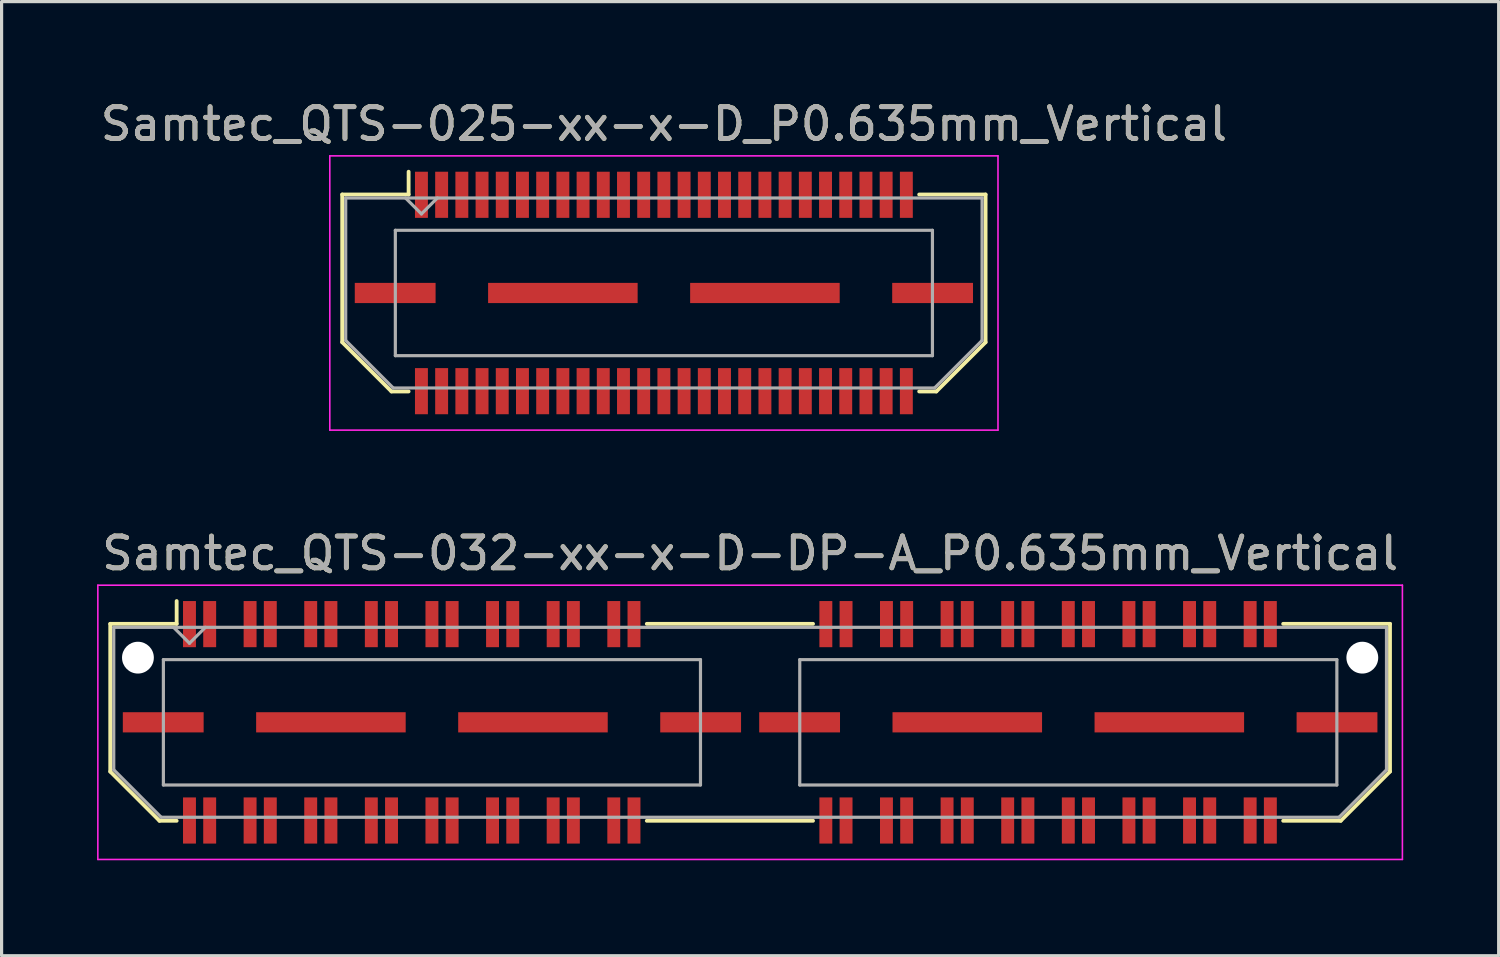
<source format=kicad_pcb>
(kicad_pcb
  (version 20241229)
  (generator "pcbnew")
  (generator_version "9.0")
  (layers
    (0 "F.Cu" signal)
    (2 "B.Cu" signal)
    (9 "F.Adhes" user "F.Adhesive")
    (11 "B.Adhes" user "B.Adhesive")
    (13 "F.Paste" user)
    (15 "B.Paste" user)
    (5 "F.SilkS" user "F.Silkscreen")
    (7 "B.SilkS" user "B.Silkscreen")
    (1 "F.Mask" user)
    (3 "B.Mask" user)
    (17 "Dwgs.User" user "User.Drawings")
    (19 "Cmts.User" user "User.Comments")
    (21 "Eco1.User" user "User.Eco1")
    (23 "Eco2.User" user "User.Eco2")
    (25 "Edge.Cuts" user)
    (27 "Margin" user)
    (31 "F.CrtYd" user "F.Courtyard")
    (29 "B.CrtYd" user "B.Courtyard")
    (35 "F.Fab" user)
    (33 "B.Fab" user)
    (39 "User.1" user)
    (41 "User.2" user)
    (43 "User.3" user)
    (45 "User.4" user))
  (footprint "Samtec_QTS-025-xx-x-D_P0.635mm_Vertical"
    (layer "F.Cu")
    (at 17.815 6.158)
    (property "Reference" "Samtec_QTS-025-xx-x-D_P0.635mm_Vertical" (at 0 -5.31 0) (layer "F.SilkS") (effects (font (size 1 1) (thickness 0.15))))
    (attr smd)
    (fp_line (start -10.11 -3.095) (end -10.11 1.548) (stroke (width 0.12) (type solid)) (layer "F.SilkS"))
    (fp_line (start -10.11 1.548) (end -8.562 3.095) (stroke (width 0.12) (type solid)) (layer "F.SilkS"))
    (fp_line (start -8.562 3.095) (end -8.023 3.095) (stroke (width 0.12) (type solid)) (layer "F.SilkS"))
    (fp_line (start -8.023 -3.811) (end -8.023 -3.095) (stroke (width 0.12) (type solid)) (layer "F.SilkS"))
    (fp_line (start -8.023 -3.095) (end -10.11 -3.095) (stroke (width 0.12) (type solid)) (layer "F.SilkS"))
    (fp_line (start 8.023 -3.095) (end 10.11 -3.095) (stroke (width 0.12) (type solid)) (layer "F.SilkS"))
    (fp_line (start 8.562 3.095) (end 8.023 3.095) (stroke (width 0.12) (type solid)) (layer "F.SilkS"))
    (fp_line (start 10.11 -3.095) (end 10.11 1.548) (stroke (width 0.12) (type solid)) (layer "F.SilkS"))
    (fp_line (start 10.11 1.548) (end 8.562 3.095) (stroke (width 0.12) (type solid)) (layer "F.SilkS"))
    (fp_line (start -10.5 -4.31) (end -10.5 4.31) (stroke (width 0.05) (type solid)) (layer "F.CrtYd"))
    (fp_line (start -10.5 4.31) (end 10.5 4.31) (stroke (width 0.05) (type solid)) (layer "F.CrtYd"))
    (fp_line (start 10.5 -4.31) (end -10.5 -4.31) (stroke (width 0.05) (type solid)) (layer "F.CrtYd"))
    (fp_line (start 10.5 4.31) (end 10.5 -4.31) (stroke (width 0.05) (type solid)) (layer "F.CrtYd"))
    (fp_line (start -10 -2.985) (end -10 1.492) (stroke (width 0.1) (type solid)) (layer "F.Fab"))
    (fp_line (start -10 -2.985) (end 10 -2.985) (stroke (width 0.1) (type solid)) (layer "F.Fab"))
    (fp_line (start -10 1.492) (end -8.508 2.985) (stroke (width 0.1) (type solid)) (layer "F.Fab"))
    (fp_line (start -8.508 2.985) (end 8.508 2.985) (stroke (width 0.1) (type solid)) (layer "F.Fab"))
    (fp_line (start -8.44 -1.97) (end -8.44 1.97) (stroke (width 0.1) (type solid)) (layer "F.Fab"))
    (fp_line (start -8.44 1.97) (end 8.44 1.97) (stroke (width 0.1) (type solid)) (layer "F.Fab"))
    (fp_line (start -7.62 -2.485) (end -8.12 -2.985) (stroke (width 0.1) (type solid)) (layer "F.Fab"))
    (fp_line (start -7.12 -2.985) (end -7.62 -2.485) (stroke (width 0.1) (type solid)) (layer "F.Fab"))
    (fp_line (start 8.44 -1.97) (end -8.44 -1.97) (stroke (width 0.1) (type solid)) (layer "F.Fab"))
    (fp_line (start 8.44 1.97) (end 8.44 -1.97) (stroke (width 0.1) (type solid)) (layer "F.Fab"))
    (fp_line (start 10 -2.985) (end 10 1.492) (stroke (width 0.1) (type solid)) (layer "F.Fab"))
    (fp_line (start 10 1.492) (end 8.508 2.985) (stroke (width 0.1) (type solid)) (layer "F.Fab"))
    (fp_text user "${REFERENCE}" (at 0 -5.31 0) (layer "F.Fab") (effects (font (size 1 1) (thickness 0.15))))
    (pad "1" smd rect (at -7.62 -3.086) (size 0.406 1.45) (layers "F.Cu" "F.Mask" "F.Paste"))
    (pad "2" smd rect (at -7.62 3.086) (size 0.406 1.45) (layers "F.Cu" "F.Mask" "F.Paste"))
    (pad "3" smd rect (at -6.985 -3.086) (size 0.406 1.45) (layers "F.Cu" "F.Mask" "F.Paste"))
    (pad "4" smd rect (at -6.985 3.086) (size 0.406 1.45) (layers "F.Cu" "F.Mask" "F.Paste"))
    (pad "5" smd rect (at -6.35 -3.086) (size 0.406 1.45) (layers "F.Cu" "F.Mask" "F.Paste"))
    (pad "6" smd rect (at -6.35 3.086) (size 0.406 1.45) (layers "F.Cu" "F.Mask" "F.Paste"))
    (pad "7" smd rect (at -5.715 -3.086) (size 0.406 1.45) (layers "F.Cu" "F.Mask" "F.Paste"))
    (pad "8" smd rect (at -5.715 3.086) (size 0.406 1.45) (layers "F.Cu" "F.Mask" "F.Paste"))
    (pad "9" smd rect (at -5.08 -3.086) (size 0.406 1.45) (layers "F.Cu" "F.Mask" "F.Paste"))
    (pad "10" smd rect (at -5.08 3.086) (size 0.406 1.45) (layers "F.Cu" "F.Mask" "F.Paste"))
    (pad "11" smd rect (at -4.445 -3.086) (size 0.406 1.45) (layers "F.Cu" "F.Mask" "F.Paste"))
    (pad "12" smd rect (at -4.445 3.086) (size 0.406 1.45) (layers "F.Cu" "F.Mask" "F.Paste"))
    (pad "13" smd rect (at -3.81 -3.086) (size 0.406 1.45) (layers "F.Cu" "F.Mask" "F.Paste"))
    (pad "14" smd rect (at -3.81 3.086) (size 0.406 1.45) (layers "F.Cu" "F.Mask" "F.Paste"))
    (pad "15" smd rect (at -3.175 -3.086) (size 0.406 1.45) (layers "F.Cu" "F.Mask" "F.Paste"))
    (pad "16" smd rect (at -3.175 3.086) (size 0.406 1.45) (layers "F.Cu" "F.Mask" "F.Paste"))
    (pad "17" smd rect (at -2.54 -3.086) (size 0.406 1.45) (layers "F.Cu" "F.Mask" "F.Paste"))
    (pad "18" smd rect (at -2.54 3.086) (size 0.406 1.45) (layers "F.Cu" "F.Mask" "F.Paste"))
    (pad "19" smd rect (at -1.905 -3.086) (size 0.406 1.45) (layers "F.Cu" "F.Mask" "F.Paste"))
    (pad "20" smd rect (at -1.905 3.086) (size 0.406 1.45) (layers "F.Cu" "F.Mask" "F.Paste"))
    (pad "21" smd rect (at -1.27 -3.086) (size 0.406 1.45) (layers "F.Cu" "F.Mask" "F.Paste"))
    (pad "22" smd rect (at -1.27 3.086) (size 0.406 1.45) (layers "F.Cu" "F.Mask" "F.Paste"))
    (pad "23" smd rect (at -0.635 -3.086) (size 0.406 1.45) (layers "F.Cu" "F.Mask" "F.Paste"))
    (pad "24" smd rect (at -0.635 3.086) (size 0.406 1.45) (layers "F.Cu" "F.Mask" "F.Paste"))
    (pad "25" smd rect (at 0 -3.086) (size 0.406 1.45) (layers "F.Cu" "F.Mask" "F.Paste"))
    (pad "26" smd rect (at 0 3.086) (size 0.406 1.45) (layers "F.Cu" "F.Mask" "F.Paste"))
    (pad "27" smd rect (at 0.635 -3.086) (size 0.406 1.45) (layers "F.Cu" "F.Mask" "F.Paste"))
    (pad "28" smd rect (at 0.635 3.086) (size 0.406 1.45) (layers "F.Cu" "F.Mask" "F.Paste"))
    (pad "29" smd rect (at 1.27 -3.086) (size 0.406 1.45) (layers "F.Cu" "F.Mask" "F.Paste"))
    (pad "30" smd rect (at 1.27 3.086) (size 0.406 1.45) (layers "F.Cu" "F.Mask" "F.Paste"))
    (pad "31" smd rect (at 1.905 -3.086) (size 0.406 1.45) (layers "F.Cu" "F.Mask" "F.Paste"))
    (pad "32" smd rect (at 1.905 3.086) (size 0.406 1.45) (layers "F.Cu" "F.Mask" "F.Paste"))
    (pad "33" smd rect (at 2.54 -3.086) (size 0.406 1.45) (layers "F.Cu" "F.Mask" "F.Paste"))
    (pad "34" smd rect (at 2.54 3.086) (size 0.406 1.45) (layers "F.Cu" "F.Mask" "F.Paste"))
    (pad "35" smd rect (at 3.175 -3.086) (size 0.406 1.45) (layers "F.Cu" "F.Mask" "F.Paste"))
    (pad "36" smd rect (at 3.175 3.086) (size 0.406 1.45) (layers "F.Cu" "F.Mask" "F.Paste"))
    (pad "37" smd rect (at 3.81 -3.086) (size 0.406 1.45) (layers "F.Cu" "F.Mask" "F.Paste"))
    (pad "38" smd rect (at 3.81 3.086) (size 0.406 1.45) (layers "F.Cu" "F.Mask" "F.Paste"))
    (pad "39" smd rect (at 4.445 -3.086) (size 0.406 1.45) (layers "F.Cu" "F.Mask" "F.Paste"))
    (pad "40" smd rect (at 4.445 3.086) (size 0.406 1.45) (layers "F.Cu" "F.Mask" "F.Paste"))
    (pad "41" smd rect (at 5.08 -3.086) (size 0.406 1.45) (layers "F.Cu" "F.Mask" "F.Paste"))
    (pad "42" smd rect (at 5.08 3.086) (size 0.406 1.45) (layers "F.Cu" "F.Mask" "F.Paste"))
    (pad "43" smd rect (at 5.715 -3.086) (size 0.406 1.45) (layers "F.Cu" "F.Mask" "F.Paste"))
    (pad "44" smd rect (at 5.715 3.086) (size 0.406 1.45) (layers "F.Cu" "F.Mask" "F.Paste"))
    (pad "45" smd rect (at 6.35 -3.086) (size 0.406 1.45) (layers "F.Cu" "F.Mask" "F.Paste"))
    (pad "46" smd rect (at 6.35 3.086) (size 0.406 1.45) (layers "F.Cu" "F.Mask" "F.Paste"))
    (pad "47" smd rect (at 6.985 -3.086) (size 0.406 1.45) (layers "F.Cu" "F.Mask" "F.Paste"))
    (pad "48" smd rect (at 6.985 3.086) (size 0.406 1.45) (layers "F.Cu" "F.Mask" "F.Paste"))
    (pad "49" smd rect (at 7.62 -3.086) (size 0.406 1.45) (layers "F.Cu" "F.Mask" "F.Paste"))
    (pad "50" smd rect (at 7.62 3.086) (size 0.406 1.45) (layers "F.Cu" "F.Mask" "F.Paste"))
    (pad "P1" smd rect (at -8.445 0) (size 2.54 0.635) (layers "F.Cu" "F.Mask" "F.Paste"))
    (pad "P1" smd rect (at -3.175 0) (size 4.7 0.635) (layers "F.Cu" "F.Mask" "F.Paste"))
    (pad "P1" smd rect (at 3.175 0) (size 4.7 0.635) (layers "F.Cu" "F.Mask" "F.Paste"))
    (pad "P1" smd rect (at 8.445 0) (size 2.54 0.635) (layers "F.Cu" "F.Mask" "F.Paste")))
  (footprint "Samtec_QTS-032-xx-x-D-DP-A_P0.635mm_Vertical"
    (layer "F.Cu")
    (at 20.525 19.651)
    (property "Reference" "Samtec_QTS-032-xx-x-D-DP-A_P0.635mm_Vertical" (at 0 -5.31 0) (layer "F.SilkS") (effects (font (size 1 1) (thickness 0.15))))
    (attr smd)
    (fp_line (start -20.11 -3.095) (end -20.11 1.548) (stroke (width 0.12) (type solid)) (layer "F.SilkS"))
    (fp_line (start -20.11 1.548) (end -18.562 3.095) (stroke (width 0.12) (type solid)) (layer "F.SilkS"))
    (fp_line (start -18.562 3.095) (end -18.023 3.095) (stroke (width 0.12) (type solid)) (layer "F.SilkS"))
    (fp_line (start -18.023 -3.811) (end -18.023 -3.095) (stroke (width 0.12) (type solid)) (layer "F.SilkS"))
    (fp_line (start -18.023 -3.095) (end -20.11 -3.095) (stroke (width 0.12) (type solid)) (layer "F.SilkS"))
    (fp_line (start -3.247 -3.095) (end 1.977 -3.095) (stroke (width 0.12) (type solid)) (layer "F.SilkS"))
    (fp_line (start -3.247 3.095) (end 1.977 3.095) (stroke (width 0.12) (type solid)) (layer "F.SilkS"))
    (fp_line (start 16.753 -3.095) (end 20.11 -3.095) (stroke (width 0.12) (type solid)) (layer "F.SilkS"))
    (fp_line (start 18.562 3.095) (end 16.753 3.095) (stroke (width 0.12) (type solid)) (layer "F.SilkS"))
    (fp_line (start 20.11 -3.095) (end 20.11 1.548) (stroke (width 0.12) (type solid)) (layer "F.SilkS"))
    (fp_line (start 20.11 1.548) (end 18.562 3.095) (stroke (width 0.12) (type solid)) (layer "F.SilkS"))
    (fp_line (start -20.5 -4.31) (end -20.5 4.31) (stroke (width 0.05) (type solid)) (layer "F.CrtYd"))
    (fp_line (start -20.5 4.31) (end 20.5 4.31) (stroke (width 0.05) (type solid)) (layer "F.CrtYd"))
    (fp_line (start 20.5 -4.31) (end -20.5 -4.31) (stroke (width 0.05) (type solid)) (layer "F.CrtYd"))
    (fp_line (start 20.5 4.31) (end 20.5 -4.31) (stroke (width 0.05) (type solid)) (layer "F.CrtYd"))
    (fp_line (start -20 -2.985) (end -20 1.492) (stroke (width 0.1) (type solid)) (layer "F.Fab"))
    (fp_line (start -20 -2.985) (end 20 -2.985) (stroke (width 0.1) (type solid)) (layer "F.Fab"))
    (fp_line (start -20 1.492) (end -18.508 2.985) (stroke (width 0.1) (type solid)) (layer "F.Fab"))
    (fp_line (start -18.508 2.985) (end 18.508 2.985) (stroke (width 0.1) (type solid)) (layer "F.Fab"))
    (fp_line (start -18.44 -1.97) (end -18.44 1.97) (stroke (width 0.1) (type solid)) (layer "F.Fab"))
    (fp_line (start -18.44 1.97) (end -1.56 1.97) (stroke (width 0.1) (type solid)) (layer "F.Fab"))
    (fp_line (start -17.62 -2.485) (end -18.12 -2.985) (stroke (width 0.1) (type solid)) (layer "F.Fab"))
    (fp_line (start -17.12 -2.985) (end -17.62 -2.485) (stroke (width 0.1) (type solid)) (layer "F.Fab"))
    (fp_line (start -1.56 -1.97) (end -18.44 -1.97) (stroke (width 0.1) (type solid)) (layer "F.Fab"))
    (fp_line (start -1.56 1.97) (end -1.56 -1.97) (stroke (width 0.1) (type solid)) (layer "F.Fab"))
    (fp_line (start 1.56 -1.97) (end 1.56 1.97) (stroke (width 0.1) (type solid)) (layer "F.Fab"))
    (fp_line (start 1.56 1.97) (end 18.44 1.97) (stroke (width 0.1) (type solid)) (layer "F.Fab"))
    (fp_line (start 18.44 -1.97) (end 1.56 -1.97) (stroke (width 0.1) (type solid)) (layer "F.Fab"))
    (fp_line (start 18.44 1.97) (end 18.44 -1.97) (stroke (width 0.1) (type solid)) (layer "F.Fab"))
    (fp_line (start 20 -2.985) (end 20 1.492) (stroke (width 0.1) (type solid)) (layer "F.Fab"))
    (fp_line (start 20 1.492) (end 18.508 2.985) (stroke (width 0.1) (type solid)) (layer "F.Fab"))
    (fp_text user "${REFERENCE}" (at 0 -5.31 0) (layer "F.Fab") (effects (font (size 1 1) (thickness 0.15))))
    (pad "" np_thru_hole circle (at -19.24 -2.032) (size 1 1) (drill 1) (layers "*.Cu" "*.Mask"))
    (pad "" np_thru_hole circle (at 19.24 -2.032) (size 1 1) (drill 1) (layers "*.Cu" "*.Mask"))
    (pad "1" smd rect (at -17.62 -3.086) (size 0.406 1.45) (layers "F.Cu" "F.Mask" "F.Paste"))
    (pad "2" smd rect (at -17.62 3.086) (size 0.406 1.45) (layers "F.Cu" "F.Mask" "F.Paste"))
    (pad "3" smd rect (at -16.985 -3.086) (size 0.406 1.45) (layers "F.Cu" "F.Mask" "F.Paste"))
    (pad "4" smd rect (at -16.985 3.086) (size 0.406 1.45) (layers "F.Cu" "F.Mask" "F.Paste"))
    (pad "5" smd rect (at -15.715 -3.086) (size 0.406 1.45) (layers "F.Cu" "F.Mask" "F.Paste"))
    (pad "6" smd rect (at -15.715 3.086) (size 0.406 1.45) (layers "F.Cu" "F.Mask" "F.Paste"))
    (pad "7" smd rect (at -15.08 -3.086) (size 0.406 1.45) (layers "F.Cu" "F.Mask" "F.Paste"))
    (pad "8" smd rect (at -15.08 3.086) (size 0.406 1.45) (layers "F.Cu" "F.Mask" "F.Paste"))
    (pad "9" smd rect (at -13.81 -3.086) (size 0.406 1.45) (layers "F.Cu" "F.Mask" "F.Paste"))
    (pad "10" smd rect (at -13.81 3.086) (size 0.406 1.45) (layers "F.Cu" "F.Mask" "F.Paste"))
    (pad "11" smd rect (at -13.175 -3.086) (size 0.406 1.45) (layers "F.Cu" "F.Mask" "F.Paste"))
    (pad "12" smd rect (at -13.175 3.086) (size 0.406 1.45) (layers "F.Cu" "F.Mask" "F.Paste"))
    (pad "13" smd rect (at -11.905 -3.086) (size 0.406 1.45) (layers "F.Cu" "F.Mask" "F.Paste"))
    (pad "14" smd rect (at -11.905 3.086) (size 0.406 1.45) (layers "F.Cu" "F.Mask" "F.Paste"))
    (pad "15" smd rect (at -11.27 -3.086) (size 0.406 1.45) (layers "F.Cu" "F.Mask" "F.Paste"))
    (pad "16" smd rect (at -11.27 3.086) (size 0.406 1.45) (layers "F.Cu" "F.Mask" "F.Paste"))
    (pad "17" smd rect (at -10 -3.086) (size 0.406 1.45) (layers "F.Cu" "F.Mask" "F.Paste"))
    (pad "18" smd rect (at -10 3.086) (size 0.406 1.45) (layers "F.Cu" "F.Mask" "F.Paste"))
    (pad "19" smd rect (at -9.365 -3.086) (size 0.406 1.45) (layers "F.Cu" "F.Mask" "F.Paste"))
    (pad "20" smd rect (at -9.365 3.086) (size 0.406 1.45) (layers "F.Cu" "F.Mask" "F.Paste"))
    (pad "21" smd rect (at -8.095 -3.086) (size 0.406 1.45) (layers "F.Cu" "F.Mask" "F.Paste"))
    (pad "22" smd rect (at -8.095 3.086) (size 0.406 1.45) (layers "F.Cu" "F.Mask" "F.Paste"))
    (pad "23" smd rect (at -7.46 -3.086) (size 0.406 1.45) (layers "F.Cu" "F.Mask" "F.Paste"))
    (pad "24" smd rect (at -7.46 3.086) (size 0.406 1.45) (layers "F.Cu" "F.Mask" "F.Paste"))
    (pad "25" smd rect (at -6.19 -3.086) (size 0.406 1.45) (layers "F.Cu" "F.Mask" "F.Paste"))
    (pad "26" smd rect (at -6.19 3.086) (size 0.406 1.45) (layers "F.Cu" "F.Mask" "F.Paste"))
    (pad "27" smd rect (at -5.555 -3.086) (size 0.406 1.45) (layers "F.Cu" "F.Mask" "F.Paste"))
    (pad "28" smd rect (at -5.555 3.086) (size 0.406 1.45) (layers "F.Cu" "F.Mask" "F.Paste"))
    (pad "29" smd rect (at -4.285 -3.086) (size 0.406 1.45) (layers "F.Cu" "F.Mask" "F.Paste"))
    (pad "30" smd rect (at -4.285 3.086) (size 0.406 1.45) (layers "F.Cu" "F.Mask" "F.Paste"))
    (pad "31" smd rect (at -3.65 -3.086) (size 0.406 1.45) (layers "F.Cu" "F.Mask" "F.Paste"))
    (pad "32" smd rect (at -3.65 3.086) (size 0.406 1.45) (layers "F.Cu" "F.Mask" "F.Paste"))
    (pad "33" smd rect (at 2.38 -3.086) (size 0.406 1.45) (layers "F.Cu" "F.Mask" "F.Paste"))
    (pad "34" smd rect (at 2.38 3.086) (size 0.406 1.45) (layers "F.Cu" "F.Mask" "F.Paste"))
    (pad "35" smd rect (at 3.015 -3.086) (size 0.406 1.45) (layers "F.Cu" "F.Mask" "F.Paste"))
    (pad "36" smd rect (at 3.015 3.086) (size 0.406 1.45) (layers "F.Cu" "F.Mask" "F.Paste"))
    (pad "37" smd rect (at 4.285 -3.086) (size 0.406 1.45) (layers "F.Cu" "F.Mask" "F.Paste"))
    (pad "38" smd rect (at 4.285 3.086) (size 0.406 1.45) (layers "F.Cu" "F.Mask" "F.Paste"))
    (pad "39" smd rect (at 4.92 -3.086) (size 0.406 1.45) (layers "F.Cu" "F.Mask" "F.Paste"))
    (pad "40" smd rect (at 4.92 3.086) (size 0.406 1.45) (layers "F.Cu" "F.Mask" "F.Paste"))
    (pad "41" smd rect (at 6.19 -3.086) (size 0.406 1.45) (layers "F.Cu" "F.Mask" "F.Paste"))
    (pad "42" smd rect (at 6.19 3.086) (size 0.406 1.45) (layers "F.Cu" "F.Mask" "F.Paste"))
    (pad "43" smd rect (at 6.825 -3.086) (size 0.406 1.45) (layers "F.Cu" "F.Mask" "F.Paste"))
    (pad "44" smd rect (at 6.825 3.086) (size 0.406 1.45) (layers "F.Cu" "F.Mask" "F.Paste"))
    (pad "45" smd rect (at 8.095 -3.086) (size 0.406 1.45) (layers "F.Cu" "F.Mask" "F.Paste"))
    (pad "46" smd rect (at 8.095 3.086) (size 0.406 1.45) (layers "F.Cu" "F.Mask" "F.Paste"))
    (pad "47" smd rect (at 8.73 -3.086) (size 0.406 1.45) (layers "F.Cu" "F.Mask" "F.Paste"))
    (pad "48" smd rect (at 8.73 3.086) (size 0.406 1.45) (layers "F.Cu" "F.Mask" "F.Paste"))
    (pad "49" smd rect (at 10 -3.086) (size 0.406 1.45) (layers "F.Cu" "F.Mask" "F.Paste"))
    (pad "50" smd rect (at 10 3.086) (size 0.406 1.45) (layers "F.Cu" "F.Mask" "F.Paste"))
    (pad "51" smd rect (at 10.635 -3.086) (size 0.406 1.45) (layers "F.Cu" "F.Mask" "F.Paste"))
    (pad "52" smd rect (at 10.635 3.086) (size 0.406 1.45) (layers "F.Cu" "F.Mask" "F.Paste"))
    (pad "53" smd rect (at 11.905 -3.086) (size 0.406 1.45) (layers "F.Cu" "F.Mask" "F.Paste"))
    (pad "54" smd rect (at 11.905 3.086) (size 0.406 1.45) (layers "F.Cu" "F.Mask" "F.Paste"))
    (pad "55" smd rect (at 12.54 -3.086) (size 0.406 1.45) (layers "F.Cu" "F.Mask" "F.Paste"))
    (pad "56" smd rect (at 12.54 3.086) (size 0.406 1.45) (layers "F.Cu" "F.Mask" "F.Paste"))
    (pad "57" smd rect (at 13.81 -3.086) (size 0.406 1.45) (layers "F.Cu" "F.Mask" "F.Paste"))
    (pad "58" smd rect (at 13.81 3.086) (size 0.406 1.45) (layers "F.Cu" "F.Mask" "F.Paste"))
    (pad "59" smd rect (at 14.445 -3.086) (size 0.406 1.45) (layers "F.Cu" "F.Mask" "F.Paste"))
    (pad "60" smd rect (at 14.445 3.086) (size 0.406 1.45) (layers "F.Cu" "F.Mask" "F.Paste"))
    (pad "61" smd rect (at 15.715 -3.086) (size 0.406 1.45) (layers "F.Cu" "F.Mask" "F.Paste"))
    (pad "62" smd rect (at 15.715 3.086) (size 0.406 1.45) (layers "F.Cu" "F.Mask" "F.Paste"))
    (pad "63" smd rect (at 16.35 -3.086) (size 0.406 1.45) (layers "F.Cu" "F.Mask" "F.Paste"))
    (pad "64" smd rect (at 16.35 3.086) (size 0.406 1.45) (layers "F.Cu" "F.Mask" "F.Paste"))
    (pad "P1" smd rect (at -18.445 0) (size 2.54 0.635) (layers "F.Cu" "F.Mask" "F.Paste"))
    (pad "P1" smd rect (at -13.175 0) (size 4.7 0.635) (layers "F.Cu" "F.Mask" "F.Paste"))
    (pad "P1" smd rect (at -6.825 0) (size 4.7 0.635) (layers "F.Cu" "F.Mask" "F.Paste"))
    (pad "P1" smd rect (at -1.555 0) (size 2.54 0.635) (layers "F.Cu" "F.Mask" "F.Paste"))
    (pad "P2" smd rect (at 1.555 0) (size 2.54 0.635) (layers "F.Cu" "F.Mask" "F.Paste"))
    (pad "P2" smd rect (at 6.825 0) (size 4.7 0.635) (layers "F.Cu" "F.Mask" "F.Paste"))
    (pad "P2" smd rect (at 13.175 0) (size 4.7 0.635) (layers "F.Cu" "F.Mask" "F.Paste"))
    (pad "P2" smd rect (at 18.445 0) (size 2.54 0.635) (layers "F.Cu" "F.Mask" "F.Paste")))
  (gr_rect
    (start -3 -3)
    (end 44.05 26.986)
    (stroke (width 0.1) (type default))
    (fill no)
    (layer "Edge.Cuts")))
</source>
